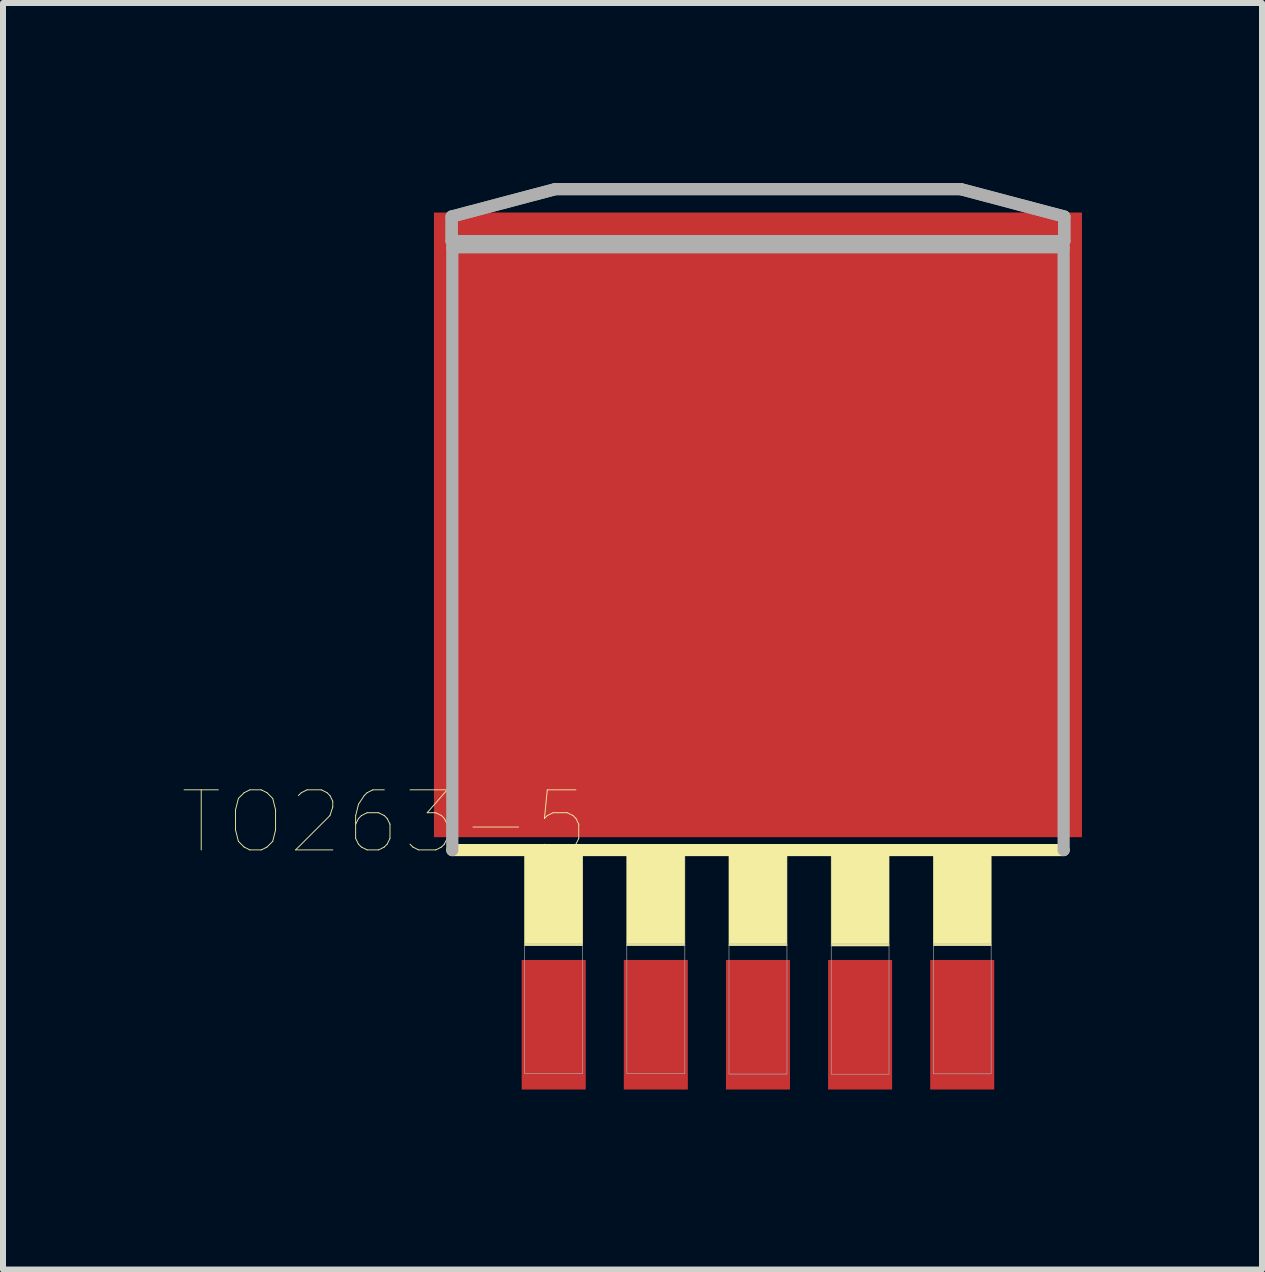
<source format=kicad_pcb>
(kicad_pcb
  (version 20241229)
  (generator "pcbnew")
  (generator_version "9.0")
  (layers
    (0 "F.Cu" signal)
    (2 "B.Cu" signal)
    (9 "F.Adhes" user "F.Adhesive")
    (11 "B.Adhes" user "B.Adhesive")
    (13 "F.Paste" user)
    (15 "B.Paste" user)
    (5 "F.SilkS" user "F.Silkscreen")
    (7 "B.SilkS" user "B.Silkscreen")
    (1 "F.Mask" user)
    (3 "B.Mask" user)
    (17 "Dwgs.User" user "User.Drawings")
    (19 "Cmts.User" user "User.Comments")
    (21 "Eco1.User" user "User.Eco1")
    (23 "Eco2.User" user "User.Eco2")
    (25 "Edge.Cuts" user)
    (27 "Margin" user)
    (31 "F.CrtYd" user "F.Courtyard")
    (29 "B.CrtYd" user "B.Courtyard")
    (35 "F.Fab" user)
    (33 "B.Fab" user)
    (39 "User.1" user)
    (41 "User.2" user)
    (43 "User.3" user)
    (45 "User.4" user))
  (footprint "TO263-5"
    (layer "F.Cu")
    (at 9.582 8.237)
    (property "Reference" "TO263-5" (at -6.228 2.415 180) (layer "F.SilkS") (effects (font (size 1.001 1.001) (thickness 0.015))))
    (attr through_hole)
    (fp_line (start 5.094 2.88) (end -5.094 2.88) (stroke (width 0.203) (type solid)) (layer "F.SilkS"))
    (fp_poly (pts (xy -3.889 2.794) (xy -2.921 2.794) (xy -2.921 4.474) (xy -3.889 4.474)) (stroke (width 0.01) (type solid)) (fill yes) (layer "F.SilkS"))
    (fp_poly (pts (xy -2.186 2.794) (xy -1.219 2.794) (xy -1.219 4.473) (xy -2.186 4.473)) (stroke (width 0.01) (type solid)) (fill yes) (layer "F.SilkS"))
    (fp_poly (pts (xy -0.483 2.794) (xy 0.483 2.794) (xy 0.483 4.474) (xy -0.483 4.474)) (stroke (width 0.01) (type solid)) (fill yes) (layer "F.SilkS"))
    (fp_poly (pts (xy 1.221 2.794) (xy 2.184 2.794) (xy 2.184 4.478) (xy 1.221 4.478)) (stroke (width 0.01) (type solid)) (fill yes) (layer "F.SilkS"))
    (fp_poly (pts (xy 2.923 2.794) (xy 3.886 2.794) (xy 3.886 4.474) (xy 2.923 4.474)) (stroke (width 0.01) (type solid)) (fill yes) (layer "F.SilkS"))
    (fp_line (start -5.105 -7.678) (end -3.378 -8.135) (stroke (width 0.203) (type solid)) (layer "F.Fab"))
    (fp_line (start -5.105 -7.267) (end -5.105 -7.678) (stroke (width 0.203) (type solid)) (layer "F.Fab"))
    (fp_line (start -5.094 -7.165) (end 5.094 -7.165) (stroke (width 0.203) (type solid)) (layer "F.Fab"))
    (fp_line (start -5.094 2.88) (end -5.094 -7.165) (stroke (width 0.203) (type solid)) (layer "F.Fab"))
    (fp_line (start -3.378 -8.135) (end 3.378 -8.135) (stroke (width 0.203) (type solid)) (layer "F.Fab"))
    (fp_line (start 3.378 -8.135) (end 5.105 -7.678) (stroke (width 0.203) (type solid)) (layer "F.Fab"))
    (fp_line (start 5.094 -7.165) (end 5.094 2.88) (stroke (width 0.203) (type solid)) (layer "F.Fab"))
    (fp_line (start 5.105 -7.678) (end 5.105 -7.267) (stroke (width 0.203) (type solid)) (layer "F.Fab"))
    (fp_line (start 5.105 -7.267) (end -5.105 -7.267) (stroke (width 0.203) (type solid)) (layer "F.Fab"))
    (fp_poly (pts (xy -3.888 4.445) (xy -2.921 4.445) (xy -2.921 6.606) (xy -3.888 6.606)) (stroke (width 0.01) (type solid)) (fill no) (layer "F.Fab"))
    (fp_poly (pts (xy -2.186 4.445) (xy -1.219 4.445) (xy -1.219 6.607) (xy -2.186 6.607)) (stroke (width 0.01) (type solid)) (fill no) (layer "F.Fab"))
    (fp_poly (pts (xy -0.483 4.445) (xy 0.483 4.445) (xy 0.483 6.613) (xy -0.483 6.613)) (stroke (width 0.01) (type solid)) (fill no) (layer "F.Fab"))
    (fp_poly (pts (xy 1.221 4.445) (xy 2.184 4.445) (xy 2.184 6.616) (xy 1.221 6.616)) (stroke (width 0.01) (type solid)) (fill no) (layer "F.Fab"))
    (fp_poly (pts (xy 2.923 4.445) (xy 3.886 4.445) (xy 3.886 6.609) (xy 2.923 6.609)) (stroke (width 0.01) (type solid)) (fill no) (layer "F.Fab"))
    (fp_poly (pts (xy -5.105 -7.267) (xy -5.105 -7.678) (xy -3.378 -8.135) (xy 3.378 -8.135) (xy 5.105 -7.678) (xy 5.105 -7.267)) (stroke (width 0.203) (type solid)) (fill no) (layer "F.Fab"))
    (pad "1" smd rect (at -3.404 5.791) (size 1.067 2.159) (layers "F.Cu" "F.Mask" "F.Paste"))
    (pad "2" smd rect (at -1.702 5.791) (size 1.067 2.159) (layers "F.Cu" "F.Mask" "F.Paste"))
    (pad "3" smd rect (at 0 5.791) (size 1.067 2.159) (layers "F.Cu" "F.Mask" "F.Paste"))
    (pad "4" smd rect (at 1.702 5.791) (size 1.067 2.159) (layers "F.Cu" "F.Mask" "F.Paste"))
    (pad "5" smd rect (at 3.404 5.791) (size 1.067 2.159) (layers "F.Cu" "F.Mask" "F.Paste"))
    (pad "6" smd rect (at 0 -2.54) (size 10.8 10.41) (layers "F.Cu" "F.Mask" "F.Paste")))
  (gr_rect
    (start -3 -3)
    (end 17.982 18.108)
    (stroke (width 0.1) (type default))
    (fill no)
    (layer "Edge.Cuts")))
</source>
